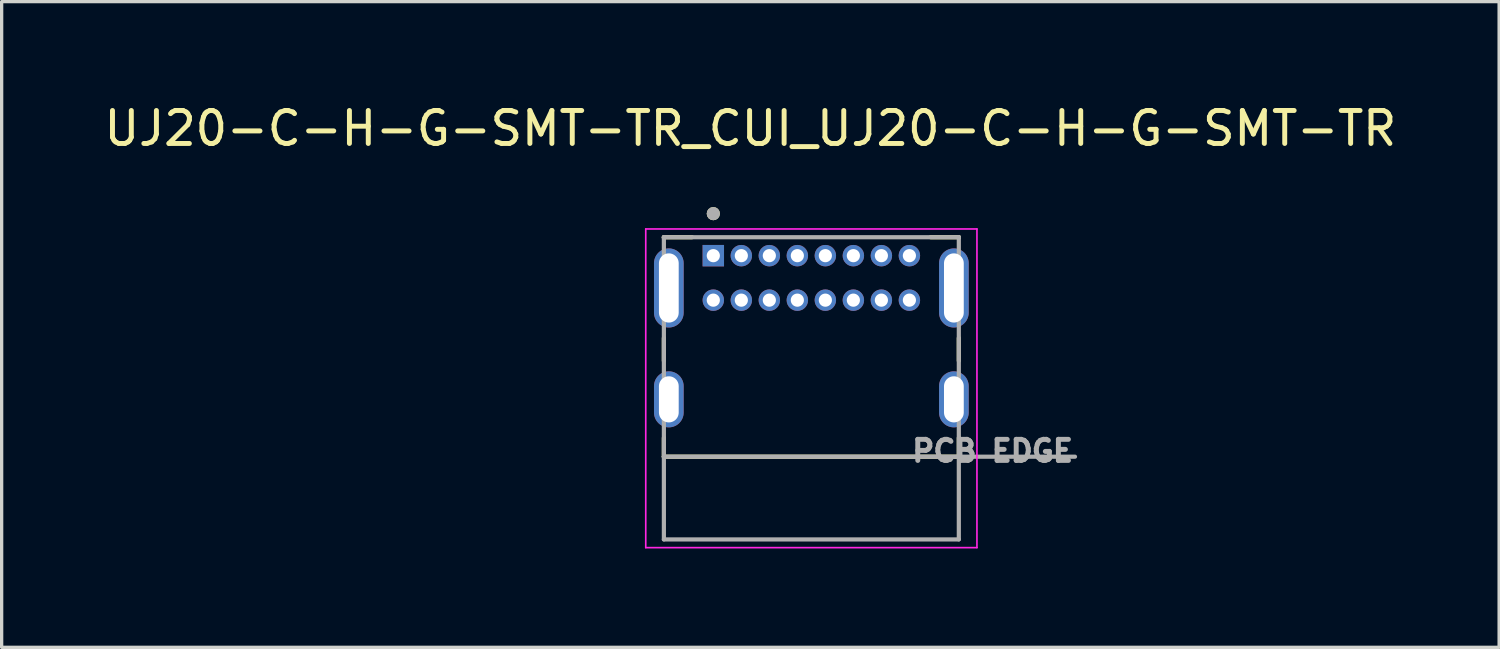
<source format=kicad_pcb>
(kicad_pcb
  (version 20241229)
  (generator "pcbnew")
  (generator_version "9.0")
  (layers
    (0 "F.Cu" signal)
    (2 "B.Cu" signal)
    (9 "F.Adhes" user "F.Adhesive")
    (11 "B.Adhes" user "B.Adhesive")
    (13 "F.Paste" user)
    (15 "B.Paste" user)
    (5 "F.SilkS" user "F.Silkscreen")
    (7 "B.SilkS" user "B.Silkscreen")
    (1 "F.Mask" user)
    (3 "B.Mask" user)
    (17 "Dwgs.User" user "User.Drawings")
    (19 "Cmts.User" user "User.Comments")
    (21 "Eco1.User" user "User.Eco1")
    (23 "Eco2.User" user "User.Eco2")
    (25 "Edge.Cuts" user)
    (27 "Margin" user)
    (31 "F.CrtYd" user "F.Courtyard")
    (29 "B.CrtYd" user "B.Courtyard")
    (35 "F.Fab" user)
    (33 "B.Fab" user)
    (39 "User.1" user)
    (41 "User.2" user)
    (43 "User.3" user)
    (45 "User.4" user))
  (footprint "UJ20-C-H-G-SMT-TR_CUI_UJ20-C-H-G-SMT-TR"
    (layer "F.Cu")
    (at 21.57 8.733)
    (property "Reference" "UJ20-C-H-G-SMT-TR_CUI_UJ20-C-H-G-SMT-TR" (at -1.85 -7.885 0) (layer "F.SilkS") (effects (font (size 1 1) (thickness 0.15))))
    (attr through_hole)
    (fp_line (start -4.475 -4.585) (end -3.62 -4.585) (stroke (width 0.127) (type solid)) (layer "F.SilkS"))
    (fp_line (start -4.475 -4.565) (end -4.475 -4.585) (stroke (width 0.127) (type solid)) (layer "F.SilkS"))
    (fp_line (start -4.475 -1.525) (end -4.475 -0.835) (stroke (width 0.127) (type solid)) (layer "F.SilkS"))
    (fp_line (start -4.475 2.075) (end -4.475 1.505) (stroke (width 0.127) (type solid)) (layer "F.SilkS"))
    (fp_line (start -4.475 2.075) (end 4.475 2.075) (stroke (width 0.127) (type solid)) (layer "F.SilkS"))
    (fp_line (start 3.62 -4.585) (end 4.475 -4.585) (stroke (width 0.127) (type solid)) (layer "F.SilkS"))
    (fp_line (start 4.475 -4.585) (end 4.475 -4.565) (stroke (width 0.127) (type solid)) (layer "F.SilkS"))
    (fp_line (start 4.475 -1.525) (end 4.475 -0.835) (stroke (width 0.127) (type solid)) (layer "F.SilkS"))
    (fp_line (start 4.475 2.075) (end 4.475 1.505) (stroke (width 0.127) (type solid)) (layer "F.SilkS"))
    (fp_circle (center -2.975 -5.3) (end -2.875 -5.3) (stroke (width 0.2) (type solid)) (fill no) (layer "F.SilkS"))
    (fp_line (start -5.025 -4.835) (end -5.025 4.835) (stroke (width 0.05) (type solid)) (layer "F.CrtYd"))
    (fp_line (start -5.025 4.835) (end 5.025 4.835) (stroke (width 0.05) (type solid)) (layer "F.CrtYd"))
    (fp_line (start 5.025 -4.835) (end -5.025 -4.835) (stroke (width 0.05) (type solid)) (layer "F.CrtYd"))
    (fp_line (start 5.025 4.835) (end 5.025 -4.835) (stroke (width 0.05) (type solid)) (layer "F.CrtYd"))
    (fp_line (start -4.475 -4.585) (end 4.475 -4.585) (stroke (width 0.127) (type solid)) (layer "F.Fab"))
    (fp_line (start -4.475 2.075) (end -4.475 -4.585) (stroke (width 0.127) (type solid)) (layer "F.Fab"))
    (fp_line (start -4.475 2.075) (end 8 2.075) (stroke (width 0.127) (type solid)) (layer "F.Fab"))
    (fp_line (start -4.475 4.585) (end -4.475 2.075) (stroke (width 0.127) (type solid)) (layer "F.Fab"))
    (fp_line (start 4.475 -4.585) (end 4.475 4.585) (stroke (width 0.127) (type solid)) (layer "F.Fab"))
    (fp_line (start 4.475 4.585) (end -4.475 4.585) (stroke (width 0.127) (type solid)) (layer "F.Fab"))
    (fp_circle (center -2.975 -5.3) (end -2.875 -5.3) (stroke (width 0.2) (type solid)) (fill no) (layer "F.Fab"))
    (fp_text user "PCB EDGE" (at 5.5 1.9 0) (layer "F.Fab") (effects (font (size 0.64 0.64) (thickness 0.15))))
    (pad "A1" thru_hole rect (at -2.975 -4.025) (size 0.65 0.65) (drill 0.4) (layers "*.Cu" "*.Mask"))
    (pad "A4" thru_hole circle (at -2.125 -4.025) (size 0.65 0.65) (drill 0.4) (layers "*.Cu" "*.Mask"))
    (pad "A5" thru_hole circle (at -1.275 -4.025) (size 0.65 0.65) (drill 0.4) (layers "*.Cu" "*.Mask"))
    (pad "A6" thru_hole circle (at -0.425 -4.025) (size 0.65 0.65) (drill 0.4) (layers "*.Cu" "*.Mask"))
    (pad "A7" thru_hole circle (at 0.425 -4.025) (size 0.65 0.65) (drill 0.4) (layers "*.Cu" "*.Mask"))
    (pad "A8" thru_hole circle (at 1.275 -4.025) (size 0.65 0.65) (drill 0.4) (layers "*.Cu" "*.Mask"))
    (pad "A9" thru_hole circle (at 2.125 -4.025) (size 0.65 0.65) (drill 0.4) (layers "*.Cu" "*.Mask"))
    (pad "A12" thru_hole circle (at 2.975 -4.025) (size 0.65 0.65) (drill 0.4) (layers "*.Cu" "*.Mask"))
    (pad "B1" thru_hole circle (at 2.975 -2.675) (size 0.65 0.65) (drill 0.4) (layers "*.Cu" "*.Mask"))
    (pad "B4" thru_hole circle (at 2.125 -2.675) (size 0.65 0.65) (drill 0.4) (layers "*.Cu" "*.Mask"))
    (pad "B5" thru_hole circle (at 1.275 -2.675) (size 0.65 0.65) (drill 0.4) (layers "*.Cu" "*.Mask"))
    (pad "B6" thru_hole circle (at 0.425 -2.675) (size 0.65 0.65) (drill 0.4) (layers "*.Cu" "*.Mask"))
    (pad "B7" thru_hole circle (at -0.425 -2.675) (size 0.65 0.65) (drill 0.4) (layers "*.Cu" "*.Mask"))
    (pad "B8" thru_hole circle (at -1.275 -2.675) (size 0.65 0.65) (drill 0.4) (layers "*.Cu" "*.Mask"))
    (pad "B9" thru_hole circle (at -2.125 -2.675) (size 0.65 0.65) (drill 0.4) (layers "*.Cu" "*.Mask"))
    (pad "B12" thru_hole circle (at -2.975 -2.675) (size 0.65 0.65) (drill 0.4) (layers "*.Cu" "*.Mask"))
    (pad "SH1" thru_hole oval (at -4.325 0.335) (size 0.9 1.7) (drill oval 0.6 1.4) (layers "*.Cu" "*.Mask"))
    (pad "SH2" thru_hole oval (at 4.325 0.335) (size 0.9 1.7) (drill oval 0.6 1.4) (layers "*.Cu" "*.Mask"))
    (pad "SH3" thru_hole oval (at -4.325 -3.045) (size 0.9 2.4) (drill oval 0.6 2.1) (layers "*.Cu" "*.Mask"))
    (pad "SH4" thru_hole oval (at 4.325 -3.045) (size 0.9 2.4) (drill oval 0.6 2.1) (layers "*.Cu" "*.Mask")))
  (gr_rect
    (start -3 -3)
    (end 42.44 16.593)
    (stroke (width 0.1) (type default))
    (fill no)
    (layer "Edge.Cuts")))
</source>
